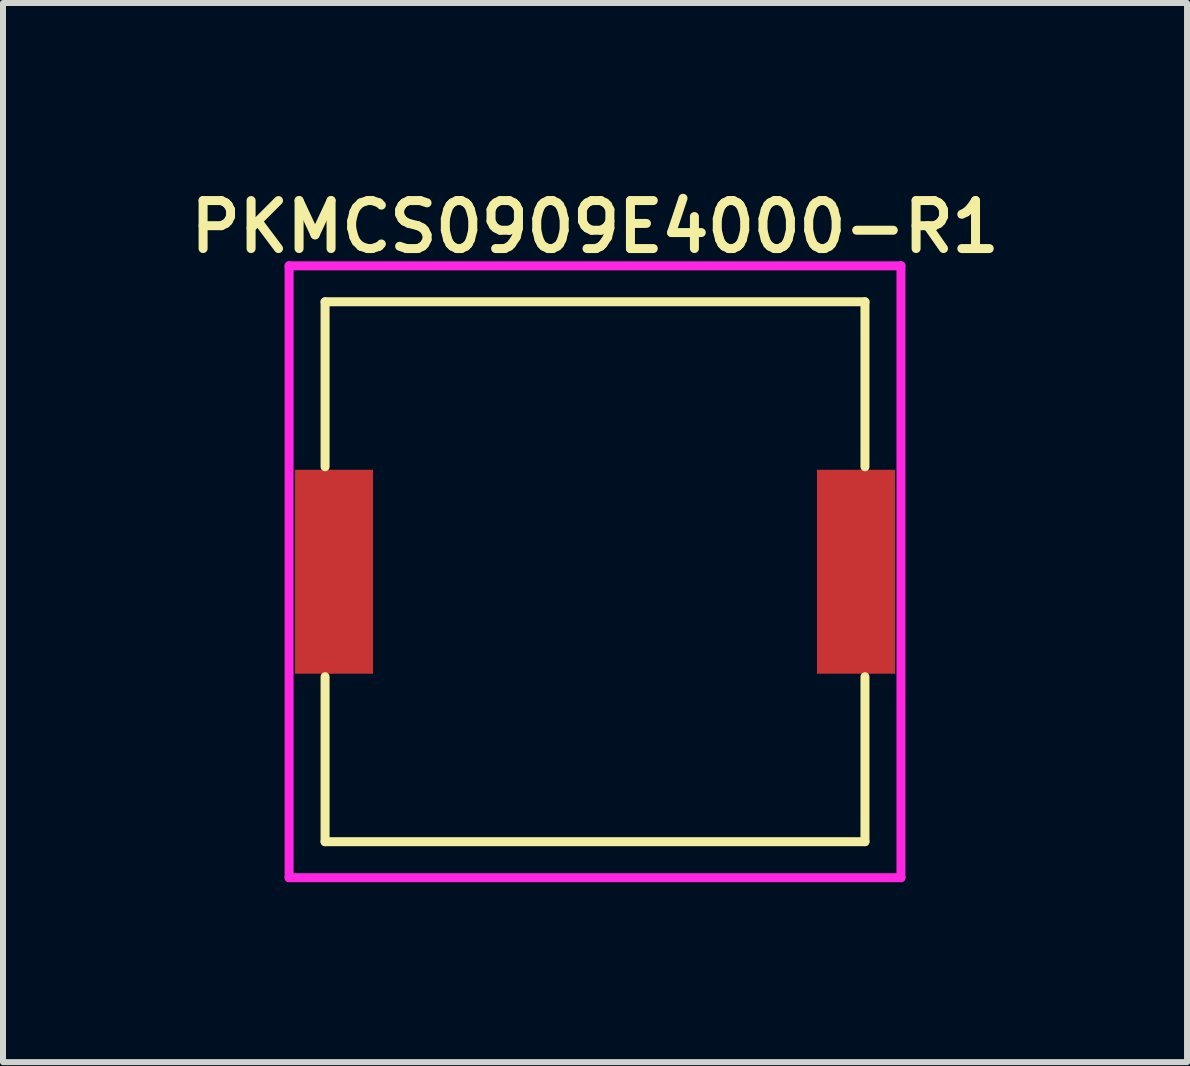
<source format=kicad_pcb>
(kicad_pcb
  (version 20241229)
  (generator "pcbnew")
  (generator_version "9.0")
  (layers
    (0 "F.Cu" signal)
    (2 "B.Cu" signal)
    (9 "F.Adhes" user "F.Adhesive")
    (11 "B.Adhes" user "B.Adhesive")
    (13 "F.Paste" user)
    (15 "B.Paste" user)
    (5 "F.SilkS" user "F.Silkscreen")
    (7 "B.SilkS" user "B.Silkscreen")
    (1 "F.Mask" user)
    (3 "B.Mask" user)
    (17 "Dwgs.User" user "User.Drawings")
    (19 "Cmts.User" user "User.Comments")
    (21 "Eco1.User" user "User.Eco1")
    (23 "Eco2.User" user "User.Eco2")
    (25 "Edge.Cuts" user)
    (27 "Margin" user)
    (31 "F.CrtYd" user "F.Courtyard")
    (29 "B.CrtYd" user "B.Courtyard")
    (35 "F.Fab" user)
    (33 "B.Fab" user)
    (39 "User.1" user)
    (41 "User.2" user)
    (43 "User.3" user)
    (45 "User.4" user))
  (footprint "PKMCS0909E4000-R1"
    (layer "F.Cu")
    (at 6.869 6.481)
    (property "Reference" "PKMCS0909E4000-R1" (at 0 -5.75 0) (layer "F.SilkS") (effects (font (size 0.8 0.8) (thickness 0.15))))
    (attr smd)
    (fp_line (start -4.5 -4.5) (end 4.5 -4.5) (stroke (width 0.15) (type solid)) (layer "F.SilkS"))
    (fp_line (start -4.5 -1.75) (end -4.5 -4.5) (stroke (width 0.15) (type solid)) (layer "F.SilkS"))
    (fp_line (start -4.5 4.5) (end -4.5 1.75) (stroke (width 0.15) (type solid)) (layer "F.SilkS"))
    (fp_line (start 4.5 -1.75) (end 4.5 -4.5) (stroke (width 0.15) (type solid)) (layer "F.SilkS"))
    (fp_line (start 4.5 4.5) (end -4.5 4.5) (stroke (width 0.15) (type solid)) (layer "F.SilkS"))
    (fp_line (start 4.5 4.5) (end 4.5 1.75) (stroke (width 0.15) (type solid)) (layer "F.SilkS"))
    (fp_line (start -5.1 -5.1) (end 5.1 -5.1) (stroke (width 0.15) (type solid)) (layer "F.CrtYd"))
    (fp_line (start -5.1 5.1) (end -5.1 -5.1) (stroke (width 0.15) (type solid)) (layer "F.CrtYd"))
    (fp_line (start 5.1 5.1) (end -5.1 5.1) (stroke (width 0.15) (type solid)) (layer "F.CrtYd"))
    (fp_line (start 5.1 5.1) (end 5.1 -5.1) (stroke (width 0.15) (type solid)) (layer "F.CrtYd"))
    (pad "1" smd rect (at -4.35 0) (size 1.3 3.4) (layers "F.Cu" "F.Mask" "F.Paste"))
    (pad "2" smd rect (at 4.35 0) (size 1.3 3.4) (layers "F.Cu" "F.Mask" "F.Paste")))
  (gr_rect
    (start -3 -3)
    (end 16.738 14.656)
    (stroke (width 0.1) (type default))
    (fill no)
    (layer "Edge.Cuts")))
</source>
